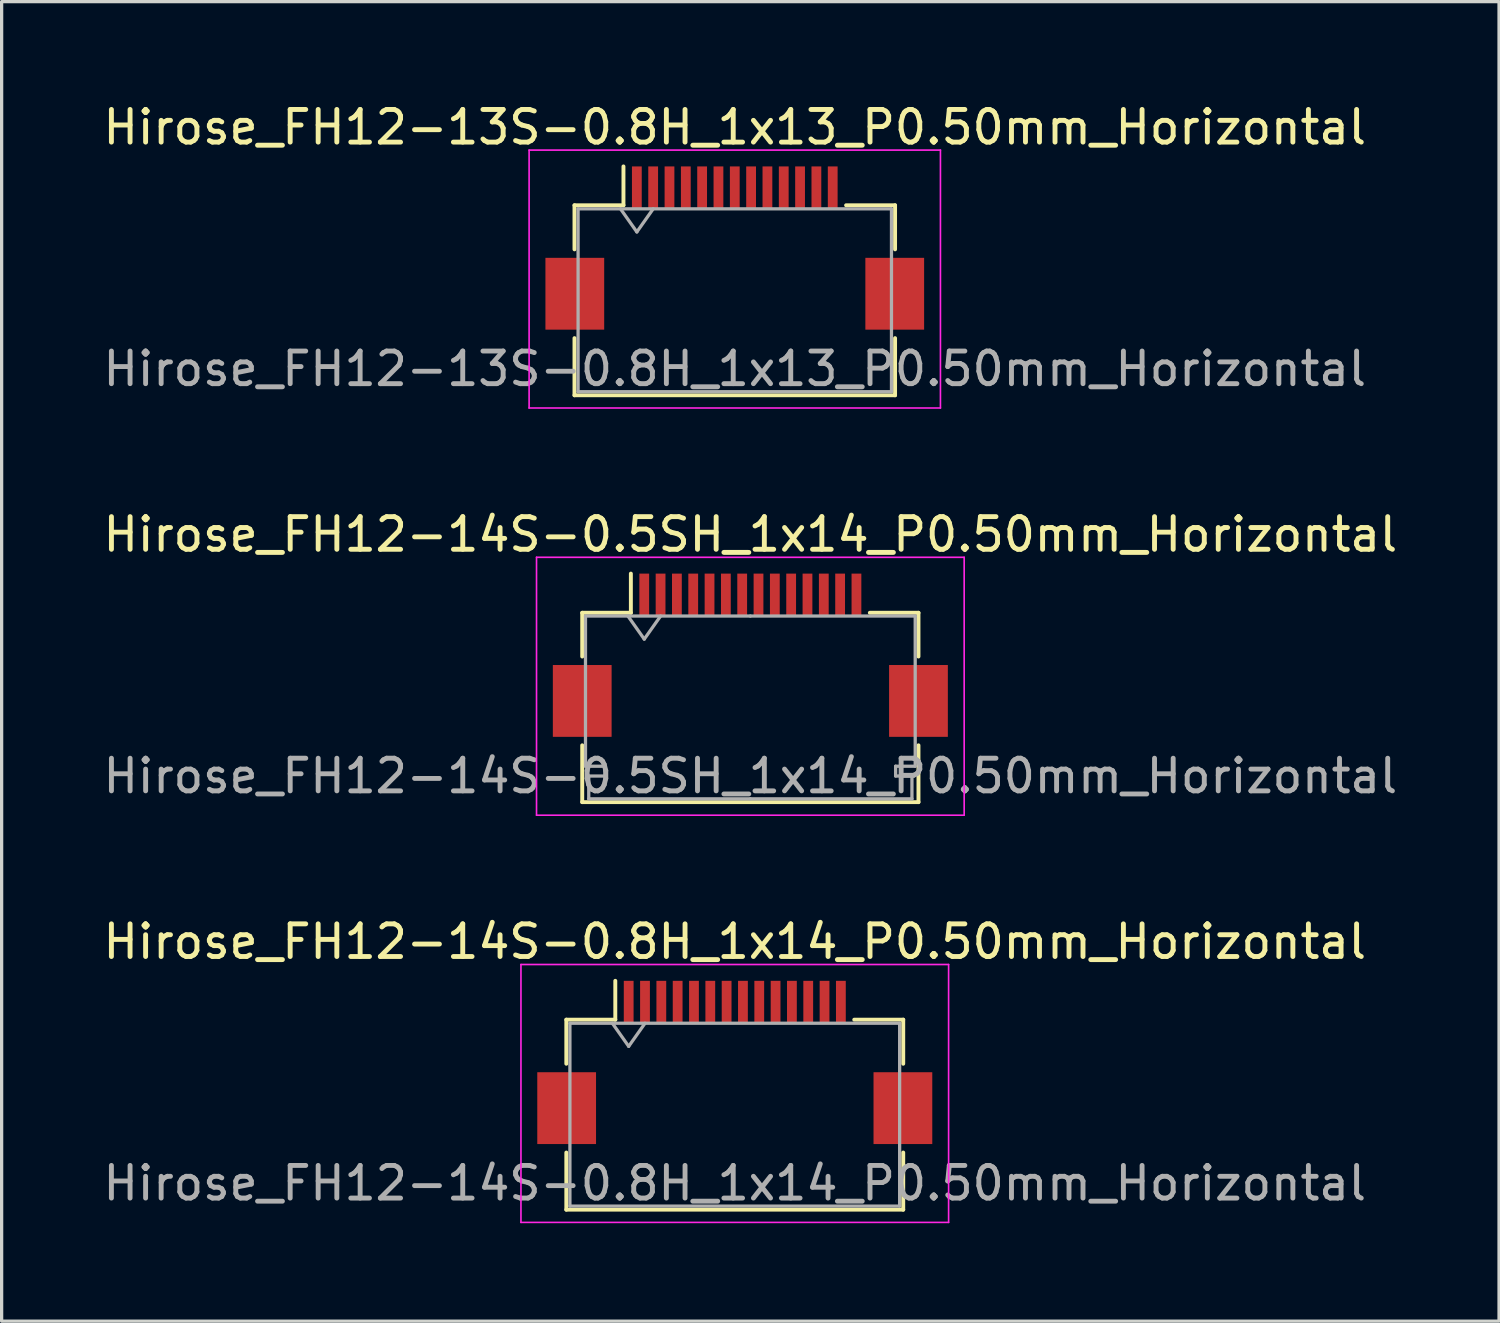
<source format=kicad_pcb>
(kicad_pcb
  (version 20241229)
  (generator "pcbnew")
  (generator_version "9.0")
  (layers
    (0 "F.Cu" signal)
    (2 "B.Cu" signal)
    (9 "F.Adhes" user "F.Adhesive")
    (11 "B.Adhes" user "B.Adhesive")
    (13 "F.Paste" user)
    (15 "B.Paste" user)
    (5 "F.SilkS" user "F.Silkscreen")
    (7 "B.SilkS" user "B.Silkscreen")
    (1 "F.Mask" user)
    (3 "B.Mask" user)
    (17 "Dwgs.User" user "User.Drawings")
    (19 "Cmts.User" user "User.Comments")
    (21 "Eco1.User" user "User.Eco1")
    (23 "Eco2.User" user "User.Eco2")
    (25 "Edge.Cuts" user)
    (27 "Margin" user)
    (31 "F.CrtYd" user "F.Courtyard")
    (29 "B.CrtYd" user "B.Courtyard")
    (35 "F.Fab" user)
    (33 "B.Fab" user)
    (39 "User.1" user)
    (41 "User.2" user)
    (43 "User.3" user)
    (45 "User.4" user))
  (footprint "Hirose_FH12-14S-0.8H_1x14_P0.50mm_Horizontal"
    (layer "F.Cu")
    (at 19.458 29.495)
    (property "Reference" "Hirose_FH12-14S-0.8H_1x14_P0.50mm_Horizontal" (at 0 -3.7 0) (layer "F.SilkS") (effects (font (size 1 1) (thickness 0.15))))
    (attr smd)
    (fp_line (start -5.16 -1.31) (end -3.66 -1.31) (stroke (width 0.12) (type solid)) (layer "F.SilkS"))
    (fp_line (start -5.16 0.04) (end -5.16 -1.31) (stroke (width 0.12) (type solid)) (layer "F.SilkS"))
    (fp_line (start -5.16 2.76) (end -5.16 4.51) (stroke (width 0.12) (type solid)) (layer "F.SilkS"))
    (fp_line (start -5.16 4.51) (end 5.16 4.51) (stroke (width 0.12) (type solid)) (layer "F.SilkS"))
    (fp_line (start -3.66 -1.31) (end -3.66 -2.5) (stroke (width 0.12) (type solid)) (layer "F.SilkS"))
    (fp_line (start 5.16 -1.31) (end 3.66 -1.31) (stroke (width 0.12) (type solid)) (layer "F.SilkS"))
    (fp_line (start 5.16 0.04) (end 5.16 -1.31) (stroke (width 0.12) (type solid)) (layer "F.SilkS"))
    (fp_line (start 5.16 4.51) (end 5.16 2.76) (stroke (width 0.12) (type solid)) (layer "F.SilkS"))
    (fp_line (start -6.55 -3) (end -6.55 4.9) (stroke (width 0.05) (type solid)) (layer "F.CrtYd"))
    (fp_line (start -6.55 4.9) (end 6.55 4.9) (stroke (width 0.05) (type solid)) (layer "F.CrtYd"))
    (fp_line (start 6.55 -3) (end -6.55 -3) (stroke (width 0.05) (type solid)) (layer "F.CrtYd"))
    (fp_line (start 6.55 4.9) (end 6.55 -3) (stroke (width 0.05) (type solid)) (layer "F.CrtYd"))
    (fp_line (start -5.05 -1.2) (end -5.05 4.4) (stroke (width 0.1) (type solid)) (layer "F.Fab"))
    (fp_line (start -5.05 -1.2) (end 5.05 -1.2) (stroke (width 0.1) (type solid)) (layer "F.Fab"))
    (fp_line (start -5.05 4.4) (end 5.05 4.4) (stroke (width 0.1) (type solid)) (layer "F.Fab"))
    (fp_line (start -3.75 -1.2) (end -3.25 -0.493) (stroke (width 0.1) (type solid)) (layer "F.Fab"))
    (fp_line (start -3.25 -0.493) (end -2.75 -1.2) (stroke (width 0.1) (type solid)) (layer "F.Fab"))
    (fp_line (start 5.05 -1.2) (end 5.05 4.4) (stroke (width 0.1) (type solid)) (layer "F.Fab"))
    (fp_text user "${REFERENCE}" (at 0 3.7 0) (layer "F.Fab") (effects (font (size 1 1) (thickness 0.15))))
    (pad "" smd rect (at -5.15 1.4) (size 1.8 2.2) (layers "F.Cu" "F.Mask" "F.Paste"))
    (pad "" smd rect (at 5.15 1.4) (size 1.8 2.2) (layers "F.Cu" "F.Mask" "F.Paste"))
    (pad "1" smd rect (at -3.25 -1.85) (size 0.3 1.3) (layers "F.Cu" "F.Mask" "F.Paste"))
    (pad "2" smd rect (at -2.75 -1.85) (size 0.3 1.3) (layers "F.Cu" "F.Mask" "F.Paste"))
    (pad "3" smd rect (at -2.25 -1.85) (size 0.3 1.3) (layers "F.Cu" "F.Mask" "F.Paste"))
    (pad "4" smd rect (at -1.75 -1.85) (size 0.3 1.3) (layers "F.Cu" "F.Mask" "F.Paste"))
    (pad "5" smd rect (at -1.25 -1.85) (size 0.3 1.3) (layers "F.Cu" "F.Mask" "F.Paste"))
    (pad "6" smd rect (at -0.75 -1.85) (size 0.3 1.3) (layers "F.Cu" "F.Mask" "F.Paste"))
    (pad "7" smd rect (at -0.25 -1.85) (size 0.3 1.3) (layers "F.Cu" "F.Mask" "F.Paste"))
    (pad "8" smd rect (at 0.25 -1.85) (size 0.3 1.3) (layers "F.Cu" "F.Mask" "F.Paste"))
    (pad "9" smd rect (at 0.75 -1.85) (size 0.3 1.3) (layers "F.Cu" "F.Mask" "F.Paste"))
    (pad "10" smd rect (at 1.25 -1.85) (size 0.3 1.3) (layers "F.Cu" "F.Mask" "F.Paste"))
    (pad "11" smd rect (at 1.75 -1.85) (size 0.3 1.3) (layers "F.Cu" "F.Mask" "F.Paste"))
    (pad "12" smd rect (at 2.25 -1.85) (size 0.3 1.3) (layers "F.Cu" "F.Mask" "F.Paste"))
    (pad "13" smd rect (at 2.75 -1.85) (size 0.3 1.3) (layers "F.Cu" "F.Mask" "F.Paste"))
    (pad "14" smd rect (at 3.25 -1.85) (size 0.3 1.3) (layers "F.Cu" "F.Mask" "F.Paste")))
  (footprint "Hirose_FH12-14S-0.5SH_1x14_P0.50mm_Horizontal"
    (layer "F.Cu")
    (at 19.935 17.021)
    (property "Reference" "Hirose_FH12-14S-0.5SH_1x14_P0.50mm_Horizontal" (at 0 -3.7 0) (layer "F.SilkS") (effects (font (size 1 1) (thickness 0.15))))
    (attr smd)
    (fp_line (start -5.15 -1.3) (end -5.15 0.04) (stroke (width 0.12) (type solid)) (layer "F.SilkS"))
    (fp_line (start -5.15 2.76) (end -5.15 4.5) (stroke (width 0.12) (type solid)) (layer "F.SilkS"))
    (fp_line (start -5.15 4.5) (end 5.15 4.5) (stroke (width 0.12) (type solid)) (layer "F.SilkS"))
    (fp_line (start -3.66 -1.3) (end -5.15 -1.3) (stroke (width 0.12) (type solid)) (layer "F.SilkS"))
    (fp_line (start -3.66 -1.3) (end -3.66 -2.5) (stroke (width 0.12) (type solid)) (layer "F.SilkS"))
    (fp_line (start 3.66 -1.3) (end 5.15 -1.3) (stroke (width 0.12) (type solid)) (layer "F.SilkS"))
    (fp_line (start 5.15 -1.3) (end 5.15 0.04) (stroke (width 0.12) (type solid)) (layer "F.SilkS"))
    (fp_line (start 5.15 4.5) (end 5.15 2.76) (stroke (width 0.12) (type solid)) (layer "F.SilkS"))
    (fp_line (start -6.55 -3) (end -6.55 4.9) (stroke (width 0.05) (type solid)) (layer "F.CrtYd"))
    (fp_line (start -6.55 4.9) (end 6.55 4.9) (stroke (width 0.05) (type solid)) (layer "F.CrtYd"))
    (fp_line (start 6.55 -3) (end -6.55 -3) (stroke (width 0.05) (type solid)) (layer "F.CrtYd"))
    (fp_line (start 6.55 4.9) (end 6.55 -3) (stroke (width 0.05) (type solid)) (layer "F.CrtYd"))
    (fp_line (start -5.05 -1.2) (end -5.05 3.4) (stroke (width 0.1) (type solid)) (layer "F.Fab"))
    (fp_line (start -5.05 3.4) (end -4.45 3.4) (stroke (width 0.1) (type solid)) (layer "F.Fab"))
    (fp_line (start -4.95 3.7) (end -4.95 4.4) (stroke (width 0.1) (type solid)) (layer "F.Fab"))
    (fp_line (start -4.95 4.4) (end 0 4.4) (stroke (width 0.1) (type solid)) (layer "F.Fab"))
    (fp_line (start -4.45 3.4) (end -4.45 3.7) (stroke (width 0.1) (type solid)) (layer "F.Fab"))
    (fp_line (start -4.45 3.7) (end -4.95 3.7) (stroke (width 0.1) (type solid)) (layer "F.Fab"))
    (fp_line (start -3.75 -1.2) (end -3.25 -0.493) (stroke (width 0.1) (type solid)) (layer "F.Fab"))
    (fp_line (start -3.25 -0.493) (end -2.75 -1.2) (stroke (width 0.1) (type solid)) (layer "F.Fab"))
    (fp_line (start 0 -1.2) (end -5.05 -1.2) (stroke (width 0.1) (type solid)) (layer "F.Fab"))
    (fp_line (start 0 -1.2) (end 5.05 -1.2) (stroke (width 0.1) (type solid)) (layer "F.Fab"))
    (fp_line (start 4.45 3.4) (end 4.45 3.7) (stroke (width 0.1) (type solid)) (layer "F.Fab"))
    (fp_line (start 4.45 3.7) (end 4.95 3.7) (stroke (width 0.1) (type solid)) (layer "F.Fab"))
    (fp_line (start 4.95 3.7) (end 4.95 4.4) (stroke (width 0.1) (type solid)) (layer "F.Fab"))
    (fp_line (start 4.95 4.4) (end 0 4.4) (stroke (width 0.1) (type solid)) (layer "F.Fab"))
    (fp_line (start 5.05 -1.2) (end 5.05 3.4) (stroke (width 0.1) (type solid)) (layer "F.Fab"))
    (fp_line (start 5.05 3.4) (end 4.45 3.4) (stroke (width 0.1) (type solid)) (layer "F.Fab"))
    (fp_text user "${REFERENCE}" (at 0 3.7 0) (layer "F.Fab") (effects (font (size 1 1) (thickness 0.15))))
    (pad "" smd rect (at -5.15 1.4) (size 1.8 2.2) (layers "F.Cu" "F.Mask" "F.Paste"))
    (pad "" smd rect (at 5.15 1.4) (size 1.8 2.2) (layers "F.Cu" "F.Mask" "F.Paste"))
    (pad "1" smd rect (at -3.25 -1.85) (size 0.3 1.3) (layers "F.Cu" "F.Mask" "F.Paste"))
    (pad "2" smd rect (at -2.75 -1.85) (size 0.3 1.3) (layers "F.Cu" "F.Mask" "F.Paste"))
    (pad "3" smd rect (at -2.25 -1.85) (size 0.3 1.3) (layers "F.Cu" "F.Mask" "F.Paste"))
    (pad "4" smd rect (at -1.75 -1.85) (size 0.3 1.3) (layers "F.Cu" "F.Mask" "F.Paste"))
    (pad "5" smd rect (at -1.25 -1.85) (size 0.3 1.3) (layers "F.Cu" "F.Mask" "F.Paste"))
    (pad "6" smd rect (at -0.75 -1.85) (size 0.3 1.3) (layers "F.Cu" "F.Mask" "F.Paste"))
    (pad "7" smd rect (at -0.25 -1.85) (size 0.3 1.3) (layers "F.Cu" "F.Mask" "F.Paste"))
    (pad "8" smd rect (at 0.25 -1.85) (size 0.3 1.3) (layers "F.Cu" "F.Mask" "F.Paste"))
    (pad "9" smd rect (at 0.75 -1.85) (size 0.3 1.3) (layers "F.Cu" "F.Mask" "F.Paste"))
    (pad "10" smd rect (at 1.25 -1.85) (size 0.3 1.3) (layers "F.Cu" "F.Mask" "F.Paste"))
    (pad "11" smd rect (at 1.75 -1.85) (size 0.3 1.3) (layers "F.Cu" "F.Mask" "F.Paste"))
    (pad "12" smd rect (at 2.25 -1.85) (size 0.3 1.3) (layers "F.Cu" "F.Mask" "F.Paste"))
    (pad "13" smd rect (at 2.75 -1.85) (size 0.3 1.3) (layers "F.Cu" "F.Mask" "F.Paste"))
    (pad "14" smd rect (at 3.25 -1.85) (size 0.3 1.3) (layers "F.Cu" "F.Mask" "F.Paste")))
  (footprint "Hirose_FH12-13S-0.8H_1x13_P0.50mm_Horizontal"
    (layer "F.Cu")
    (at 19.458 4.548)
    (property "Reference" "Hirose_FH12-13S-0.8H_1x13_P0.50mm_Horizontal" (at 0 -3.7 0) (layer "F.SilkS") (effects (font (size 1 1) (thickness 0.15))))
    (attr smd)
    (fp_line (start -4.91 -1.31) (end -3.41 -1.31) (stroke (width 0.12) (type solid)) (layer "F.SilkS"))
    (fp_line (start -4.91 0.04) (end -4.91 -1.31) (stroke (width 0.12) (type solid)) (layer "F.SilkS"))
    (fp_line (start -4.91 2.76) (end -4.91 4.51) (stroke (width 0.12) (type solid)) (layer "F.SilkS"))
    (fp_line (start -4.91 4.51) (end 4.91 4.51) (stroke (width 0.12) (type solid)) (layer "F.SilkS"))
    (fp_line (start -3.41 -1.31) (end -3.41 -2.5) (stroke (width 0.12) (type solid)) (layer "F.SilkS"))
    (fp_line (start 4.91 -1.31) (end 3.41 -1.31) (stroke (width 0.12) (type solid)) (layer "F.SilkS"))
    (fp_line (start 4.91 0.04) (end 4.91 -1.31) (stroke (width 0.12) (type solid)) (layer "F.SilkS"))
    (fp_line (start 4.91 4.51) (end 4.91 2.76) (stroke (width 0.12) (type solid)) (layer "F.SilkS"))
    (fp_line (start -6.3 -3) (end -6.3 4.9) (stroke (width 0.05) (type solid)) (layer "F.CrtYd"))
    (fp_line (start -6.3 4.9) (end 6.3 4.9) (stroke (width 0.05) (type solid)) (layer "F.CrtYd"))
    (fp_line (start 6.3 -3) (end -6.3 -3) (stroke (width 0.05) (type solid)) (layer "F.CrtYd"))
    (fp_line (start 6.3 4.9) (end 6.3 -3) (stroke (width 0.05) (type solid)) (layer "F.CrtYd"))
    (fp_line (start -4.8 -1.2) (end -4.8 4.4) (stroke (width 0.1) (type solid)) (layer "F.Fab"))
    (fp_line (start -4.8 -1.2) (end 4.8 -1.2) (stroke (width 0.1) (type solid)) (layer "F.Fab"))
    (fp_line (start -4.8 4.4) (end 4.8 4.4) (stroke (width 0.1) (type solid)) (layer "F.Fab"))
    (fp_line (start -3.5 -1.2) (end -3 -0.493) (stroke (width 0.1) (type solid)) (layer "F.Fab"))
    (fp_line (start -3 -0.493) (end -2.5 -1.2) (stroke (width 0.1) (type solid)) (layer "F.Fab"))
    (fp_line (start 4.8 -1.2) (end 4.8 4.4) (stroke (width 0.1) (type solid)) (layer "F.Fab"))
    (fp_text user "${REFERENCE}" (at 0 3.7 0) (layer "F.Fab") (effects (font (size 1 1) (thickness 0.15))))
    (pad "" smd rect (at -4.9 1.4) (size 1.8 2.2) (layers "F.Cu" "F.Mask" "F.Paste"))
    (pad "" smd rect (at 4.9 1.4) (size 1.8 2.2) (layers "F.Cu" "F.Mask" "F.Paste"))
    (pad "1" smd rect (at -3 -1.85) (size 0.3 1.3) (layers "F.Cu" "F.Mask" "F.Paste"))
    (pad "2" smd rect (at -2.5 -1.85) (size 0.3 1.3) (layers "F.Cu" "F.Mask" "F.Paste"))
    (pad "3" smd rect (at -2 -1.85) (size 0.3 1.3) (layers "F.Cu" "F.Mask" "F.Paste"))
    (pad "4" smd rect (at -1.5 -1.85) (size 0.3 1.3) (layers "F.Cu" "F.Mask" "F.Paste"))
    (pad "5" smd rect (at -1 -1.85) (size 0.3 1.3) (layers "F.Cu" "F.Mask" "F.Paste"))
    (pad "6" smd rect (at -0.5 -1.85) (size 0.3 1.3) (layers "F.Cu" "F.Mask" "F.Paste"))
    (pad "7" smd rect (at 0 -1.85) (size 0.3 1.3) (layers "F.Cu" "F.Mask" "F.Paste"))
    (pad "8" smd rect (at 0.5 -1.85) (size 0.3 1.3) (layers "F.Cu" "F.Mask" "F.Paste"))
    (pad "9" smd rect (at 1 -1.85) (size 0.3 1.3) (layers "F.Cu" "F.Mask" "F.Paste"))
    (pad "10" smd rect (at 1.5 -1.85) (size 0.3 1.3) (layers "F.Cu" "F.Mask" "F.Paste"))
    (pad "11" smd rect (at 2 -1.85) (size 0.3 1.3) (layers "F.Cu" "F.Mask" "F.Paste"))
    (pad "12" smd rect (at 2.5 -1.85) (size 0.3 1.3) (layers "F.Cu" "F.Mask" "F.Paste"))
    (pad "13" smd rect (at 3 -1.85) (size 0.3 1.3) (layers "F.Cu" "F.Mask" "F.Paste")))
  (gr_rect
    (start -3 -3)
    (end 42.869 37.42)
    (stroke (width 0.1) (type default))
    (fill no)
    (layer "Edge.Cuts")))
</source>
